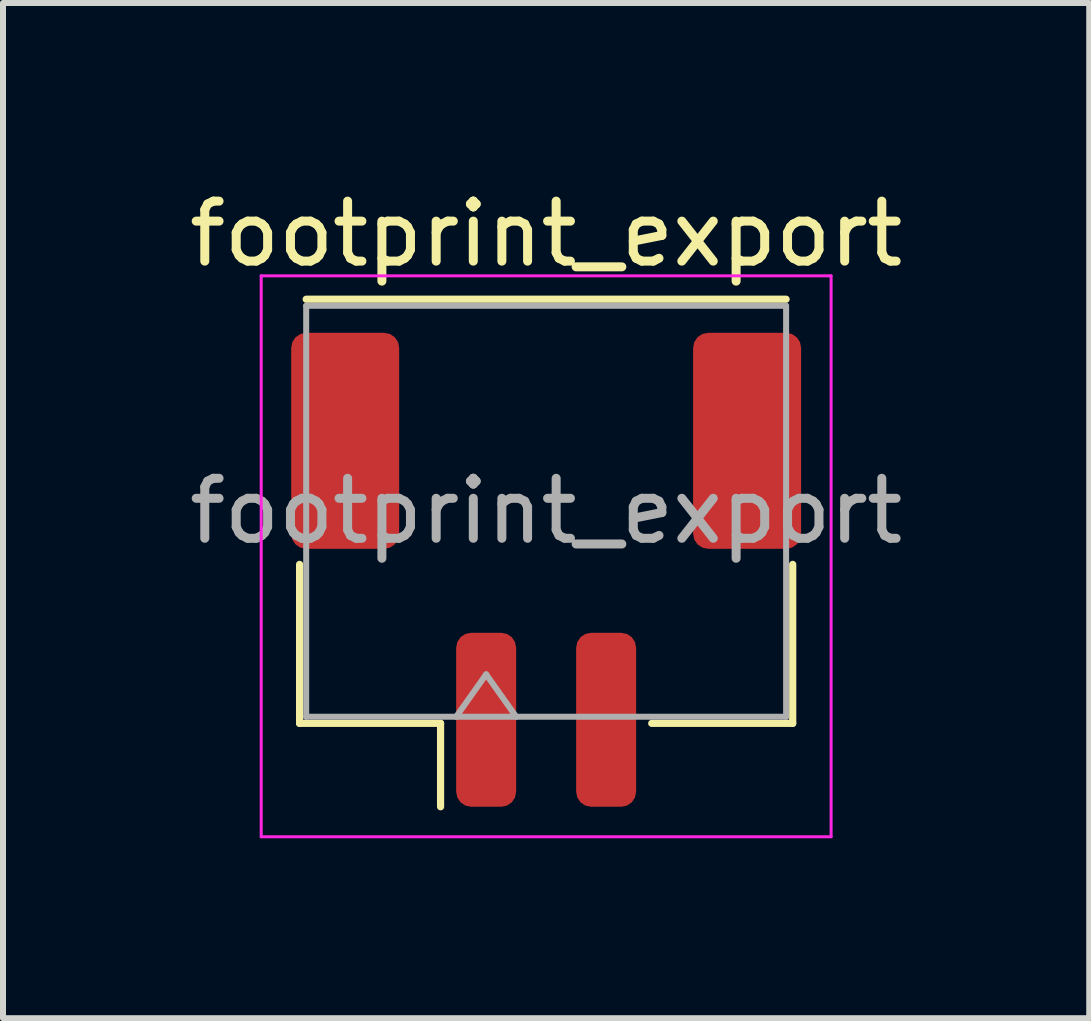
<source format=kicad_pcb>
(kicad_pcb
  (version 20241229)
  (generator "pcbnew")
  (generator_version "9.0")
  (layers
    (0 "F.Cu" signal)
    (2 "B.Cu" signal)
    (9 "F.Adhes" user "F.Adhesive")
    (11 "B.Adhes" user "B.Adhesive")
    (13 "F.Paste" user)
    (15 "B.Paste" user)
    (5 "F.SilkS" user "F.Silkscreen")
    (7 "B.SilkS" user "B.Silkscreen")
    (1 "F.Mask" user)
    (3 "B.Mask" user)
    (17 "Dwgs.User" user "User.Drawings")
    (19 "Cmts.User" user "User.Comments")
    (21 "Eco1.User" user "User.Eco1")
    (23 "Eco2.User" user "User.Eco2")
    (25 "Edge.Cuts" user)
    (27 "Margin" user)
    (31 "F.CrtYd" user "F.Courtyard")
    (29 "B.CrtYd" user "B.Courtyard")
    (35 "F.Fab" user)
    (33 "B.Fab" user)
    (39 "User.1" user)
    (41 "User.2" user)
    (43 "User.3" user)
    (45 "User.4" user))
  (footprint "footprint_export"
    (layer "F.Cu")
    (at 6.054 6.448)
    (property "Reference" "footprint_export" (at 0 -5.6 0) (layer "F.SilkS") (effects (font (size 1 1) (thickness 0.15))))
    (attr smd)
    (fp_line (start -4.11 -0.09) (end -4.11 2.56) (stroke (width 0.12) (type solid)) (layer "F.SilkS"))
    (fp_line (start -4.11 2.56) (end -1.76 2.56) (stroke (width 0.12) (type solid)) (layer "F.SilkS"))
    (fp_line (start -4 -4.51) (end 4 -4.51) (stroke (width 0.12) (type solid)) (layer "F.SilkS"))
    (fp_line (start -1.76 2.56) (end -1.76 3.95) (stroke (width 0.12) (type solid)) (layer "F.SilkS"))
    (fp_line (start 4.11 -0.09) (end 4.11 2.56) (stroke (width 0.12) (type solid)) (layer "F.SilkS"))
    (fp_line (start 4.11 2.56) (end 1.76 2.56) (stroke (width 0.12) (type solid)) (layer "F.SilkS"))
    (fp_line (start -4.75 -4.9) (end -4.75 4.45) (stroke (width 0.05) (type solid)) (layer "F.CrtYd"))
    (fp_line (start -4.75 4.45) (end 4.75 4.45) (stroke (width 0.05) (type solid)) (layer "F.CrtYd"))
    (fp_line (start 4.75 -4.9) (end -4.75 -4.9) (stroke (width 0.05) (type solid)) (layer "F.CrtYd"))
    (fp_line (start 4.75 4.45) (end 4.75 -4.9) (stroke (width 0.05) (type solid)) (layer "F.CrtYd"))
    (fp_line (start -4 -4.4) (end 4 -4.4) (stroke (width 0.1) (type solid)) (layer "F.Fab"))
    (fp_line (start -4 2.45) (end -4 -4.4) (stroke (width 0.1) (type solid)) (layer "F.Fab"))
    (fp_line (start -4 2.45) (end 4 2.45) (stroke (width 0.1) (type solid)) (layer "F.Fab"))
    (fp_line (start -1.5 2.45) (end -1 1.743) (stroke (width 0.1) (type solid)) (layer "F.Fab"))
    (fp_line (start -1 1.743) (end -0.5 2.45) (stroke (width 0.1) (type solid)) (layer "F.Fab"))
    (fp_line (start 4 2.45) (end 4 -4.4) (stroke (width 0.1) (type solid)) (layer "F.Fab"))
    (fp_text user "${REFERENCE}" (at 0 -0.98 0) (layer "F.Fab") (effects (font (size 1 1) (thickness 0.15))))
    (pad "1" smd roundrect (at -1 2.5) (size 1 2.9) (layers "F.Cu" "F.Mask" "F.Paste") (roundrect_rratio 0.25))
    (pad "2" smd roundrect (at 1 2.5) (size 1 2.9) (layers "F.Cu" "F.Mask" "F.Paste") (roundrect_rratio 0.25))
    (pad "MP" smd roundrect (at -3.35 -2.15) (size 1.8 3.6) (layers "F.Cu" "F.Mask" "F.Paste") (roundrect_rratio 0.139))
    (pad "MP" smd roundrect (at 3.35 -2.15) (size 1.8 3.6) (layers "F.Cu" "F.Mask" "F.Paste") (roundrect_rratio 0.139)))
  (gr_rect
    (start -3 -3)
    (end 15.107 13.923)
    (stroke (width 0.1) (type default))
    (fill no)
    (layer "Edge.Cuts")))
</source>
